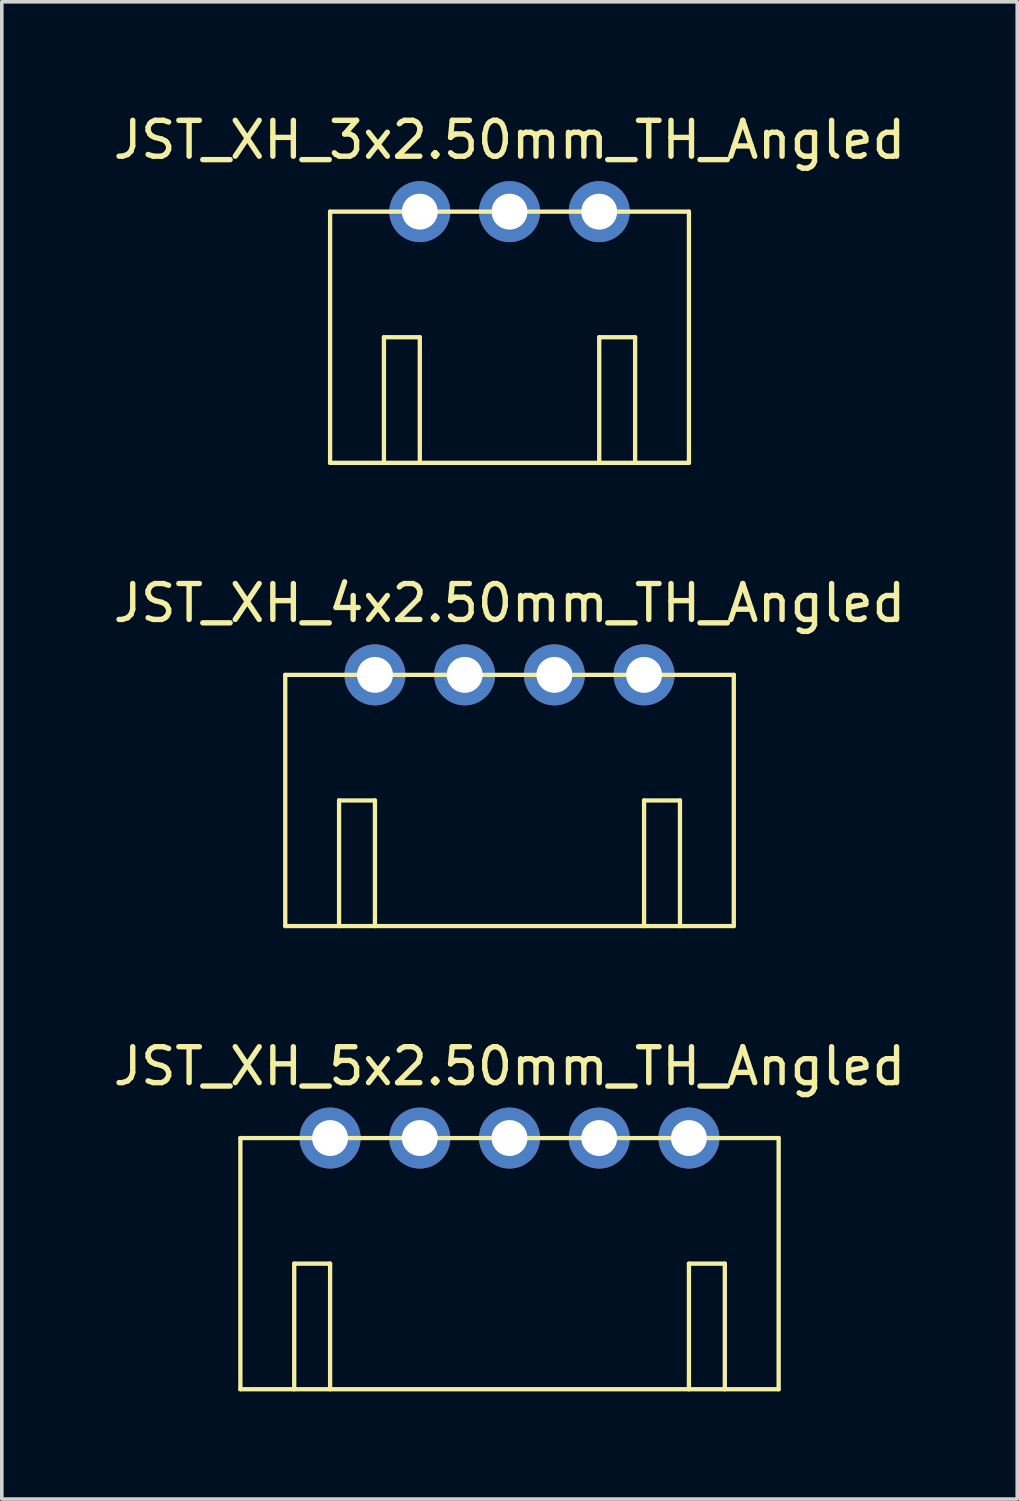
<source format=kicad_pcb>
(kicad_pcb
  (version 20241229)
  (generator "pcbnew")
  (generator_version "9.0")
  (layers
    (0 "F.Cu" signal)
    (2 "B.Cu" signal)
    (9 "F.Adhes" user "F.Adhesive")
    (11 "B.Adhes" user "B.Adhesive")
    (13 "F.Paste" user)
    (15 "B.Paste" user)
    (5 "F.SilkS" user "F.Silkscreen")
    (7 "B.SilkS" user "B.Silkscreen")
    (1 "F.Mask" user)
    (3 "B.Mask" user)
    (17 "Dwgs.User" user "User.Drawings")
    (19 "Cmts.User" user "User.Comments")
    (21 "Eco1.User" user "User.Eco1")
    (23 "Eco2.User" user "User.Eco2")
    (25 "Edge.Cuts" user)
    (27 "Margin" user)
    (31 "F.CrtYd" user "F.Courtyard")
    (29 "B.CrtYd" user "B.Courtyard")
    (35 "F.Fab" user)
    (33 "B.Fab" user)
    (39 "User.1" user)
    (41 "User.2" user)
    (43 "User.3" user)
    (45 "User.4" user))
  (footprint "JST_XH_3x2.50mm_TH_Angled"
    (layer "F.Cu")
    (at 11.149 2.848)
    (property "Reference" "JST_XH_3x2.50mm_TH_Angled" (at 0 -2 0) (layer "F.SilkS") (effects (font (size 1 1) (thickness 0.15))))
    (attr through_hole)
    (fp_line (start -5 0) (end 5 0) (stroke (width 0.12) (type solid)) (layer "F.SilkS"))
    (fp_line (start -5 7) (end -5 0) (stroke (width 0.12) (type solid)) (layer "F.SilkS"))
    (fp_line (start -3.5 3.5) (end -2.5 3.5) (stroke (width 0.12) (type solid)) (layer "F.SilkS"))
    (fp_line (start -3.5 7) (end -3.5 3.5) (stroke (width 0.12) (type solid)) (layer "F.SilkS"))
    (fp_line (start -2.5 3.5) (end -2.5 7) (stroke (width 0.12) (type solid)) (layer "F.SilkS"))
    (fp_line (start 2.5 3.5) (end 2.5 7) (stroke (width 0.12) (type solid)) (layer "F.SilkS"))
    (fp_line (start 3.5 3.5) (end 2.5 3.5) (stroke (width 0.12) (type solid)) (layer "F.SilkS"))
    (fp_line (start 3.5 7) (end 3.5 3.5) (stroke (width 0.12) (type solid)) (layer "F.SilkS"))
    (fp_line (start 5 0) (end 5 7) (stroke (width 0.12) (type solid)) (layer "F.SilkS"))
    (fp_line (start 5 7) (end -5 7) (stroke (width 0.12) (type solid)) (layer "F.SilkS"))
    (pad "1" thru_hole circle (at -2.5 0) (size 1.7 1.7) (drill 1) (layers "*.Cu" "*.Mask"))
    (pad "2" thru_hole circle (at 0 0) (size 1.7 1.7) (drill 1) (layers "*.Cu" "*.Mask"))
    (pad "3" thru_hole circle (at 2.5 0) (size 1.7 1.7) (drill 1) (layers "*.Cu" "*.Mask")))
  (footprint "JST_XH_4x2.50mm_TH_Angled"
    (layer "F.Cu")
    (at 11.149 15.757)
    (property "Reference" "JST_XH_4x2.50mm_TH_Angled" (at 0 -2 0) (layer "F.SilkS") (effects (font (size 1 1) (thickness 0.15))))
    (attr through_hole)
    (fp_line (start -6.25 0) (end 6.25 0) (stroke (width 0.12) (type solid)) (layer "F.SilkS"))
    (fp_line (start -6.25 7) (end -6.25 0) (stroke (width 0.12) (type solid)) (layer "F.SilkS"))
    (fp_line (start -4.75 3.5) (end -3.75 3.5) (stroke (width 0.12) (type solid)) (layer "F.SilkS"))
    (fp_line (start -4.75 7) (end -4.75 3.5) (stroke (width 0.12) (type solid)) (layer "F.SilkS"))
    (fp_line (start -3.75 3.5) (end -3.75 7) (stroke (width 0.12) (type solid)) (layer "F.SilkS"))
    (fp_line (start 3.75 3.5) (end 3.75 7) (stroke (width 0.12) (type solid)) (layer "F.SilkS"))
    (fp_line (start 4.75 3.5) (end 3.75 3.5) (stroke (width 0.12) (type solid)) (layer "F.SilkS"))
    (fp_line (start 4.75 7) (end 4.75 3.5) (stroke (width 0.12) (type solid)) (layer "F.SilkS"))
    (fp_line (start 6.25 0) (end 6.25 7) (stroke (width 0.12) (type solid)) (layer "F.SilkS"))
    (fp_line (start 6.25 7) (end -6.25 7) (stroke (width 0.12) (type solid)) (layer "F.SilkS"))
    (pad "1" thru_hole circle (at -3.75 0) (size 1.7 1.7) (drill 1) (layers "*.Cu" "*.Mask"))
    (pad "2" thru_hole circle (at -1.25 0) (size 1.7 1.7) (drill 1) (layers "*.Cu" "*.Mask"))
    (pad "3" thru_hole circle (at 1.25 0) (size 1.7 1.7) (drill 1) (layers "*.Cu" "*.Mask"))
    (pad "4" thru_hole circle (at 3.75 0) (size 1.7 1.7) (drill 1) (layers "*.Cu" "*.Mask")))
  (footprint "JST_XH_5x2.50mm_TH_Angled"
    (layer "F.Cu")
    (at 11.149 28.665)
    (property "Reference" "JST_XH_5x2.50mm_TH_Angled" (at 0 -2 0) (layer "F.SilkS") (effects (font (size 1 1) (thickness 0.15))))
    (attr through_hole)
    (fp_line (start -7.5 0) (end 7.5 0) (stroke (width 0.12) (type solid)) (layer "F.SilkS"))
    (fp_line (start -7.5 7) (end -7.5 0) (stroke (width 0.12) (type solid)) (layer "F.SilkS"))
    (fp_line (start -6 3.5) (end -5 3.5) (stroke (width 0.12) (type solid)) (layer "F.SilkS"))
    (fp_line (start -6 7) (end -6 3.5) (stroke (width 0.12) (type solid)) (layer "F.SilkS"))
    (fp_line (start -5 3.5) (end -5 7) (stroke (width 0.12) (type solid)) (layer "F.SilkS"))
    (fp_line (start 5 3.5) (end 5 7) (stroke (width 0.12) (type solid)) (layer "F.SilkS"))
    (fp_line (start 6 3.5) (end 5 3.5) (stroke (width 0.12) (type solid)) (layer "F.SilkS"))
    (fp_line (start 6 7) (end 6 3.5) (stroke (width 0.12) (type solid)) (layer "F.SilkS"))
    (fp_line (start 7.5 0) (end 7.5 7) (stroke (width 0.12) (type solid)) (layer "F.SilkS"))
    (fp_line (start 7.5 7) (end -7.5 7) (stroke (width 0.12) (type solid)) (layer "F.SilkS"))
    (pad "1" thru_hole circle (at -5 0) (size 1.7 1.7) (drill 1) (layers "*.Cu" "*.Mask"))
    (pad "2" thru_hole circle (at -2.5 0) (size 1.7 1.7) (drill 1) (layers "*.Cu" "*.Mask"))
    (pad "3" thru_hole circle (at 0 0) (size 1.7 1.7) (drill 1) (layers "*.Cu" "*.Mask"))
    (pad "4" thru_hole circle (at 2.5 0) (size 1.7 1.7) (drill 1) (layers "*.Cu" "*.Mask"))
    (pad "5" thru_hole circle (at 5 0) (size 1.7 1.7) (drill 1) (layers "*.Cu" "*.Mask")))
  (gr_rect
    (start -3 -3)
    (end 25.298 38.725)
    (stroke (width 0.1) (type default))
    (fill no)
    (layer "Edge.Cuts")))
</source>
